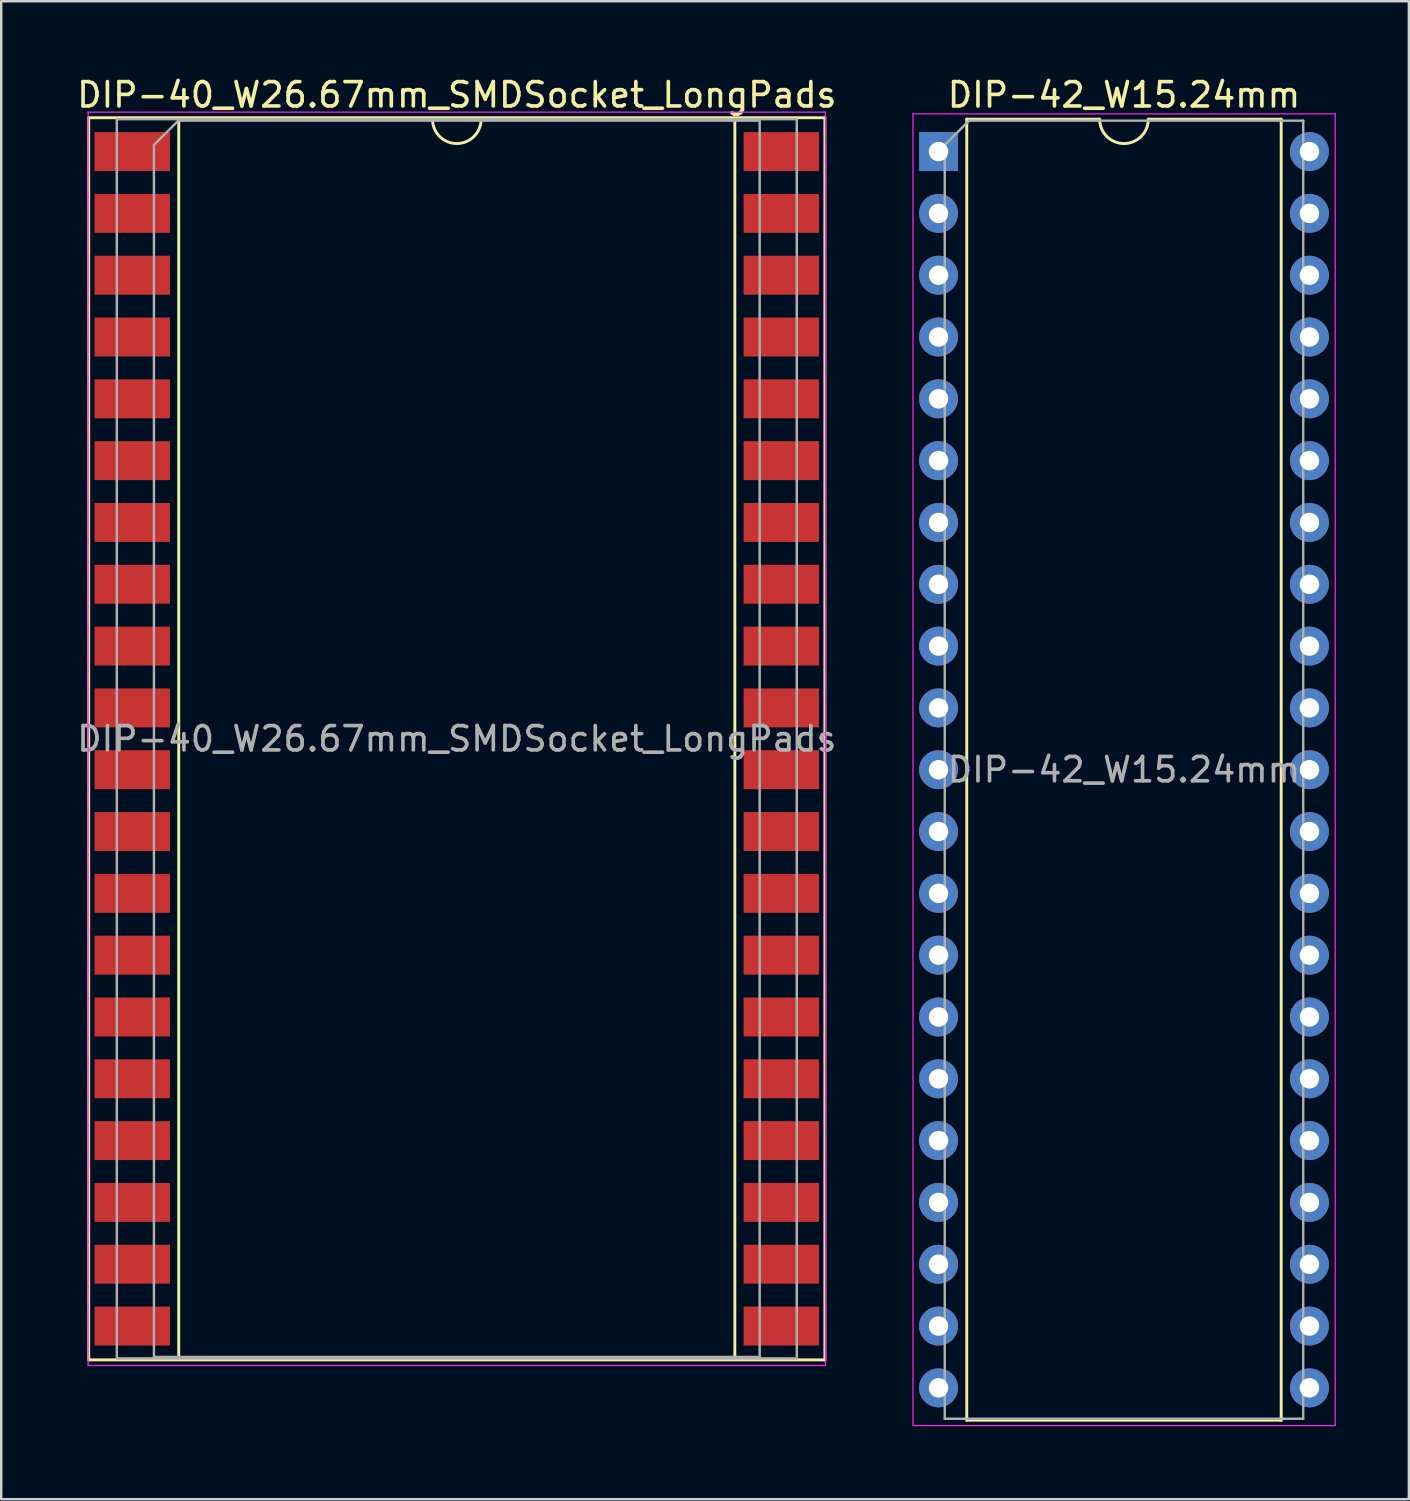
<source format=kicad_pcb>
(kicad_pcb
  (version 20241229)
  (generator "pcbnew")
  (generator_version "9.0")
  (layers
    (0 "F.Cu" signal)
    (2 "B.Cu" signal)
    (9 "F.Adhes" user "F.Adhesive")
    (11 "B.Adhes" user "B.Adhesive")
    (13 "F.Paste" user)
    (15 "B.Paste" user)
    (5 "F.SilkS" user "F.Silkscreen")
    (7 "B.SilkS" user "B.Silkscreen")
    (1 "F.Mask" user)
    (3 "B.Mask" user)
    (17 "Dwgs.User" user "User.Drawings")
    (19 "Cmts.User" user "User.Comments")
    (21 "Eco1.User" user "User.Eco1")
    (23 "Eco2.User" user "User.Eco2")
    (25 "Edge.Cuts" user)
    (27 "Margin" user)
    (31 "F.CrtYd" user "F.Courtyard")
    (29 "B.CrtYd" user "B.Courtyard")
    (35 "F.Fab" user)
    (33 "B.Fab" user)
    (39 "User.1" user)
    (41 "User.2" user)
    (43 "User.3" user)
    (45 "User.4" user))
  (footprint "DIP-40_W26.67mm_SMDSocket_LongPads"
    (layer "F.Cu")
    (at 15.72 27.308)
    (property "Reference" "DIP-40_W26.67mm_SMDSocket_LongPads" (at 0 -26.46 0) (layer "F.SilkS") (effects (font (size 1 1) (thickness 0.15))))
    (attr smd)
    (fp_line (start -15.125 -25.52) (end -15.125 25.52) (stroke (width 0.12) (type solid)) (layer "F.SilkS"))
    (fp_line (start -15.125 25.52) (end 15.125 25.52) (stroke (width 0.12) (type solid)) (layer "F.SilkS"))
    (fp_line (start -11.425 -25.46) (end -11.425 25.46) (stroke (width 0.12) (type solid)) (layer "F.SilkS"))
    (fp_line (start -11.425 25.46) (end 11.425 25.46) (stroke (width 0.12) (type solid)) (layer "F.SilkS"))
    (fp_line (start -1 -25.46) (end -11.425 -25.46) (stroke (width 0.12) (type solid)) (layer "F.SilkS"))
    (fp_line (start 11.425 -25.46) (end 1 -25.46) (stroke (width 0.12) (type solid)) (layer "F.SilkS"))
    (fp_line (start 11.425 25.46) (end 11.425 -25.46) (stroke (width 0.12) (type solid)) (layer "F.SilkS"))
    (fp_line (start 15.125 -25.52) (end -15.125 -25.52) (stroke (width 0.12) (type solid)) (layer "F.SilkS"))
    (fp_line (start 15.125 25.52) (end 15.125 -25.52) (stroke (width 0.12) (type solid)) (layer "F.SilkS"))
    (fp_arc (start 1 -25.46) (mid 0 -24.46) (end -1 -25.46) (stroke (width 0.12) (type solid)) (layer "F.SilkS"))
    (fp_line (start -15.15 -25.75) (end -15.15 25.75) (stroke (width 0.05) (type solid)) (layer "F.CrtYd"))
    (fp_line (start -15.15 25.75) (end 15.15 25.75) (stroke (width 0.05) (type solid)) (layer "F.CrtYd"))
    (fp_line (start 15.15 -25.75) (end -15.15 -25.75) (stroke (width 0.05) (type solid)) (layer "F.CrtYd"))
    (fp_line (start 15.15 25.75) (end 15.15 -25.75) (stroke (width 0.05) (type solid)) (layer "F.CrtYd"))
    (fp_line (start -13.97 -25.46) (end -13.97 25.46) (stroke (width 0.1) (type solid)) (layer "F.Fab"))
    (fp_line (start -13.97 25.46) (end 13.97 25.46) (stroke (width 0.1) (type solid)) (layer "F.Fab"))
    (fp_line (start -12.445 -24.4) (end -11.445 -25.4) (stroke (width 0.1) (type solid)) (layer "F.Fab"))
    (fp_line (start -12.445 25.4) (end -12.445 -24.4) (stroke (width 0.1) (type solid)) (layer "F.Fab"))
    (fp_line (start -11.445 -25.4) (end 12.445 -25.4) (stroke (width 0.1) (type solid)) (layer "F.Fab"))
    (fp_line (start 12.445 -25.4) (end 12.445 25.4) (stroke (width 0.1) (type solid)) (layer "F.Fab"))
    (fp_line (start 12.445 25.4) (end -12.445 25.4) (stroke (width 0.1) (type solid)) (layer "F.Fab"))
    (fp_line (start 13.97 -25.46) (end -13.97 -25.46) (stroke (width 0.1) (type solid)) (layer "F.Fab"))
    (fp_line (start 13.97 25.46) (end 13.97 -25.46) (stroke (width 0.1) (type solid)) (layer "F.Fab"))
    (fp_text user "${REFERENCE}" (at 0 0 0) (layer "F.Fab") (effects (font (size 1 1) (thickness 0.15))))
    (pad "1" smd rect (at -13.335 -24.13) (size 3.1 1.6) (layers "F.Cu" "F.Mask" "F.Paste"))
    (pad "2" smd rect (at -13.335 -21.59) (size 3.1 1.6) (layers "F.Cu" "F.Mask" "F.Paste"))
    (pad "3" smd rect (at -13.335 -19.05) (size 3.1 1.6) (layers "F.Cu" "F.Mask" "F.Paste"))
    (pad "4" smd rect (at -13.335 -16.51) (size 3.1 1.6) (layers "F.Cu" "F.Mask" "F.Paste"))
    (pad "5" smd rect (at -13.335 -13.97) (size 3.1 1.6) (layers "F.Cu" "F.Mask" "F.Paste"))
    (pad "6" smd rect (at -13.335 -11.43) (size 3.1 1.6) (layers "F.Cu" "F.Mask" "F.Paste"))
    (pad "7" smd rect (at -13.335 -8.89) (size 3.1 1.6) (layers "F.Cu" "F.Mask" "F.Paste"))
    (pad "8" smd rect (at -13.335 -6.35) (size 3.1 1.6) (layers "F.Cu" "F.Mask" "F.Paste"))
    (pad "9" smd rect (at -13.335 -3.81) (size 3.1 1.6) (layers "F.Cu" "F.Mask" "F.Paste"))
    (pad "10" smd rect (at -13.335 -1.27) (size 3.1 1.6) (layers "F.Cu" "F.Mask" "F.Paste"))
    (pad "11" smd rect (at -13.335 1.27) (size 3.1 1.6) (layers "F.Cu" "F.Mask" "F.Paste"))
    (pad "12" smd rect (at -13.335 3.81) (size 3.1 1.6) (layers "F.Cu" "F.Mask" "F.Paste"))
    (pad "13" smd rect (at -13.335 6.35) (size 3.1 1.6) (layers "F.Cu" "F.Mask" "F.Paste"))
    (pad "14" smd rect (at -13.335 8.89) (size 3.1 1.6) (layers "F.Cu" "F.Mask" "F.Paste"))
    (pad "15" smd rect (at -13.335 11.43) (size 3.1 1.6) (layers "F.Cu" "F.Mask" "F.Paste"))
    (pad "16" smd rect (at -13.335 13.97) (size 3.1 1.6) (layers "F.Cu" "F.Mask" "F.Paste"))
    (pad "17" smd rect (at -13.335 16.51) (size 3.1 1.6) (layers "F.Cu" "F.Mask" "F.Paste"))
    (pad "18" smd rect (at -13.335 19.05) (size 3.1 1.6) (layers "F.Cu" "F.Mask" "F.Paste"))
    (pad "19" smd rect (at -13.335 21.59) (size 3.1 1.6) (layers "F.Cu" "F.Mask" "F.Paste"))
    (pad "20" smd rect (at -13.335 24.13) (size 3.1 1.6) (layers "F.Cu" "F.Mask" "F.Paste"))
    (pad "21" smd rect (at 13.335 24.13) (size 3.1 1.6) (layers "F.Cu" "F.Mask" "F.Paste"))
    (pad "22" smd rect (at 13.335 21.59) (size 3.1 1.6) (layers "F.Cu" "F.Mask" "F.Paste"))
    (pad "23" smd rect (at 13.335 19.05) (size 3.1 1.6) (layers "F.Cu" "F.Mask" "F.Paste"))
    (pad "24" smd rect (at 13.335 16.51) (size 3.1 1.6) (layers "F.Cu" "F.Mask" "F.Paste"))
    (pad "25" smd rect (at 13.335 13.97) (size 3.1 1.6) (layers "F.Cu" "F.Mask" "F.Paste"))
    (pad "26" smd rect (at 13.335 11.43) (size 3.1 1.6) (layers "F.Cu" "F.Mask" "F.Paste"))
    (pad "27" smd rect (at 13.335 8.89) (size 3.1 1.6) (layers "F.Cu" "F.Mask" "F.Paste"))
    (pad "28" smd rect (at 13.335 6.35) (size 3.1 1.6) (layers "F.Cu" "F.Mask" "F.Paste"))
    (pad "29" smd rect (at 13.335 3.81) (size 3.1 1.6) (layers "F.Cu" "F.Mask" "F.Paste"))
    (pad "30" smd rect (at 13.335 1.27) (size 3.1 1.6) (layers "F.Cu" "F.Mask" "F.Paste"))
    (pad "31" smd rect (at 13.335 -1.27) (size 3.1 1.6) (layers "F.Cu" "F.Mask" "F.Paste"))
    (pad "32" smd rect (at 13.335 -3.81) (size 3.1 1.6) (layers "F.Cu" "F.Mask" "F.Paste"))
    (pad "33" smd rect (at 13.335 -6.35) (size 3.1 1.6) (layers "F.Cu" "F.Mask" "F.Paste"))
    (pad "34" smd rect (at 13.335 -8.89) (size 3.1 1.6) (layers "F.Cu" "F.Mask" "F.Paste"))
    (pad "35" smd rect (at 13.335 -11.43) (size 3.1 1.6) (layers "F.Cu" "F.Mask" "F.Paste"))
    (pad "36" smd rect (at 13.335 -13.97) (size 3.1 1.6) (layers "F.Cu" "F.Mask" "F.Paste"))
    (pad "37" smd rect (at 13.335 -16.51) (size 3.1 1.6) (layers "F.Cu" "F.Mask" "F.Paste"))
    (pad "38" smd rect (at 13.335 -19.05) (size 3.1 1.6) (layers "F.Cu" "F.Mask" "F.Paste"))
    (pad "39" smd rect (at 13.335 -21.59) (size 3.1 1.6) (layers "F.Cu" "F.Mask" "F.Paste"))
    (pad "40" smd rect (at 13.335 -24.13) (size 3.1 1.6) (layers "F.Cu" "F.Mask" "F.Paste")))
  (footprint "DIP-42_W15.24mm"
    (layer "F.Cu")
    (at 35.515 3.178)
    (property "Reference" "DIP-42_W15.24mm" (at 7.62 -2.33 0) (layer "F.SilkS") (effects (font (size 1 1) (thickness 0.15))))
    (attr through_hole)
    (fp_line (start 1.16 -1.33) (end 1.16 52.13) (stroke (width 0.12) (type solid)) (layer "F.SilkS"))
    (fp_line (start 1.16 52.13) (end 14.08 52.13) (stroke (width 0.12) (type solid)) (layer "F.SilkS"))
    (fp_line (start 6.62 -1.33) (end 1.16 -1.33) (stroke (width 0.12) (type solid)) (layer "F.SilkS"))
    (fp_line (start 14.08 -1.33) (end 8.62 -1.33) (stroke (width 0.12) (type solid)) (layer "F.SilkS"))
    (fp_line (start 14.08 52.13) (end 14.08 -1.33) (stroke (width 0.12) (type solid)) (layer "F.SilkS"))
    (fp_arc (start 8.62 -1.33) (mid 7.62 -0.33) (end 6.62 -1.33) (stroke (width 0.12) (type solid)) (layer "F.SilkS"))
    (fp_line (start -1.05 -1.55) (end -1.05 52.35) (stroke (width 0.05) (type solid)) (layer "F.CrtYd"))
    (fp_line (start -1.05 52.35) (end 16.3 52.35) (stroke (width 0.05) (type solid)) (layer "F.CrtYd"))
    (fp_line (start 16.3 -1.55) (end -1.05 -1.55) (stroke (width 0.05) (type solid)) (layer "F.CrtYd"))
    (fp_line (start 16.3 52.35) (end 16.3 -1.55) (stroke (width 0.05) (type solid)) (layer "F.CrtYd"))
    (fp_line (start 0.255 -0.27) (end 1.255 -1.27) (stroke (width 0.1) (type solid)) (layer "F.Fab"))
    (fp_line (start 0.255 52.07) (end 0.255 -0.27) (stroke (width 0.1) (type solid)) (layer "F.Fab"))
    (fp_line (start 1.255 -1.27) (end 14.985 -1.27) (stroke (width 0.1) (type solid)) (layer "F.Fab"))
    (fp_line (start 14.985 -1.27) (end 14.985 52.07) (stroke (width 0.1) (type solid)) (layer "F.Fab"))
    (fp_line (start 14.985 52.07) (end 0.255 52.07) (stroke (width 0.1) (type solid)) (layer "F.Fab"))
    (fp_text user "${REFERENCE}" (at 7.62 25.4 0) (layer "F.Fab") (effects (font (size 1 1) (thickness 0.15))))
    (pad "1" thru_hole rect (at 0 0) (size 1.6 1.6) (drill 0.8) (layers "*.Cu" "*.Mask"))
    (pad "2" thru_hole oval (at 0 2.54) (size 1.6 1.6) (drill 0.8) (layers "*.Cu" "*.Mask"))
    (pad "3" thru_hole oval (at 0 5.08) (size 1.6 1.6) (drill 0.8) (layers "*.Cu" "*.Mask"))
    (pad "4" thru_hole oval (at 0 7.62) (size 1.6 1.6) (drill 0.8) (layers "*.Cu" "*.Mask"))
    (pad "5" thru_hole oval (at 0 10.16) (size 1.6 1.6) (drill 0.8) (layers "*.Cu" "*.Mask"))
    (pad "6" thru_hole oval (at 0 12.7) (size 1.6 1.6) (drill 0.8) (layers "*.Cu" "*.Mask"))
    (pad "7" thru_hole oval (at 0 15.24) (size 1.6 1.6) (drill 0.8) (layers "*.Cu" "*.Mask"))
    (pad "8" thru_hole oval (at 0 17.78) (size 1.6 1.6) (drill 0.8) (layers "*.Cu" "*.Mask"))
    (pad "9" thru_hole oval (at 0 20.32) (size 1.6 1.6) (drill 0.8) (layers "*.Cu" "*.Mask"))
    (pad "10" thru_hole oval (at 0 22.86) (size 1.6 1.6) (drill 0.8) (layers "*.Cu" "*.Mask"))
    (pad "11" thru_hole oval (at 0 25.4) (size 1.6 1.6) (drill 0.8) (layers "*.Cu" "*.Mask"))
    (pad "12" thru_hole oval (at 0 27.94) (size 1.6 1.6) (drill 0.8) (layers "*.Cu" "*.Mask"))
    (pad "13" thru_hole oval (at 0 30.48) (size 1.6 1.6) (drill 0.8) (layers "*.Cu" "*.Mask"))
    (pad "14" thru_hole oval (at 0 33.02) (size 1.6 1.6) (drill 0.8) (layers "*.Cu" "*.Mask"))
    (pad "15" thru_hole oval (at 0 35.56) (size 1.6 1.6) (drill 0.8) (layers "*.Cu" "*.Mask"))
    (pad "16" thru_hole oval (at 0 38.1) (size 1.6 1.6) (drill 0.8) (layers "*.Cu" "*.Mask"))
    (pad "17" thru_hole oval (at 0 40.64) (size 1.6 1.6) (drill 0.8) (layers "*.Cu" "*.Mask"))
    (pad "18" thru_hole oval (at 0 43.18) (size 1.6 1.6) (drill 0.8) (layers "*.Cu" "*.Mask"))
    (pad "19" thru_hole oval (at 0 45.72) (size 1.6 1.6) (drill 0.8) (layers "*.Cu" "*.Mask"))
    (pad "20" thru_hole oval (at 0 48.26) (size 1.6 1.6) (drill 0.8) (layers "*.Cu" "*.Mask"))
    (pad "21" thru_hole oval (at 0 50.8) (size 1.6 1.6) (drill 0.8) (layers "*.Cu" "*.Mask"))
    (pad "22" thru_hole oval (at 15.24 50.8) (size 1.6 1.6) (drill 0.8) (layers "*.Cu" "*.Mask"))
    (pad "23" thru_hole oval (at 15.24 48.26) (size 1.6 1.6) (drill 0.8) (layers "*.Cu" "*.Mask"))
    (pad "24" thru_hole oval (at 15.24 45.72) (size 1.6 1.6) (drill 0.8) (layers "*.Cu" "*.Mask"))
    (pad "25" thru_hole oval (at 15.24 43.18) (size 1.6 1.6) (drill 0.8) (layers "*.Cu" "*.Mask"))
    (pad "26" thru_hole oval (at 15.24 40.64) (size 1.6 1.6) (drill 0.8) (layers "*.Cu" "*.Mask"))
    (pad "27" thru_hole oval (at 15.24 38.1) (size 1.6 1.6) (drill 0.8) (layers "*.Cu" "*.Mask"))
    (pad "28" thru_hole oval (at 15.24 35.56) (size 1.6 1.6) (drill 0.8) (layers "*.Cu" "*.Mask"))
    (pad "29" thru_hole oval (at 15.24 33.02) (size 1.6 1.6) (drill 0.8) (layers "*.Cu" "*.Mask"))
    (pad "30" thru_hole oval (at 15.24 30.48) (size 1.6 1.6) (drill 0.8) (layers "*.Cu" "*.Mask"))
    (pad "31" thru_hole oval (at 15.24 27.94) (size 1.6 1.6) (drill 0.8) (layers "*.Cu" "*.Mask"))
    (pad "32" thru_hole oval (at 15.24 25.4) (size 1.6 1.6) (drill 0.8) (layers "*.Cu" "*.Mask"))
    (pad "33" thru_hole oval (at 15.24 22.86) (size 1.6 1.6) (drill 0.8) (layers "*.Cu" "*.Mask"))
    (pad "34" thru_hole oval (at 15.24 20.32) (size 1.6 1.6) (drill 0.8) (layers "*.Cu" "*.Mask"))
    (pad "35" thru_hole oval (at 15.24 17.78) (size 1.6 1.6) (drill 0.8) (layers "*.Cu" "*.Mask"))
    (pad "36" thru_hole oval (at 15.24 15.24) (size 1.6 1.6) (drill 0.8) (layers "*.Cu" "*.Mask"))
    (pad "37" thru_hole oval (at 15.24 12.7) (size 1.6 1.6) (drill 0.8) (layers "*.Cu" "*.Mask"))
    (pad "38" thru_hole oval (at 15.24 10.16) (size 1.6 1.6) (drill 0.8) (layers "*.Cu" "*.Mask"))
    (pad "39" thru_hole oval (at 15.24 7.62) (size 1.6 1.6) (drill 0.8) (layers "*.Cu" "*.Mask"))
    (pad "40" thru_hole oval (at 15.24 5.08) (size 1.6 1.6) (drill 0.8) (layers "*.Cu" "*.Mask"))
    (pad "41" thru_hole oval (at 15.24 2.54) (size 1.6 1.6) (drill 0.8) (layers "*.Cu" "*.Mask"))
    (pad "42" thru_hole oval (at 15.24 0) (size 1.6 1.6) (drill 0.8) (layers "*.Cu" "*.Mask")))
  (gr_rect
    (start -3 -3)
    (end 54.84 58.553)
    (stroke (width 0.1) (type default))
    (fill no)
    (layer "Edge.Cuts")))
</source>
